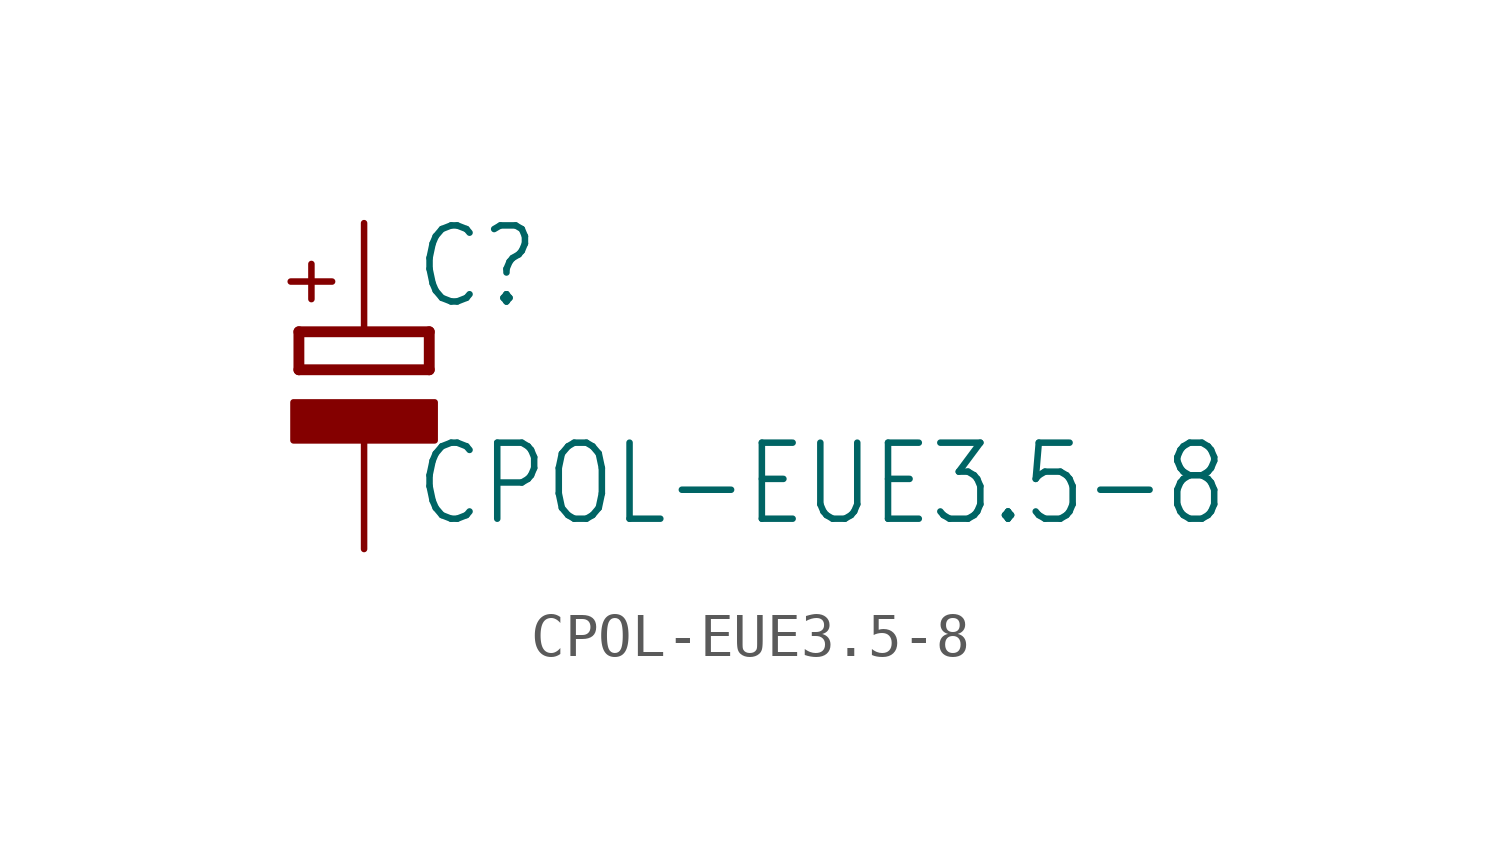
<source format=kicad_sym>
(kicad_symbol_lib
  (version 20220331)
  (generator kicad_symbol_editor)
  (symbol "CPOL-EUE3.5-8"
    (property "Reference" "C"
      (at 1.143 0.483 0)
      (effects (font (size 1.778 1.511)) (justify left bottom)))
    (property "Value" "CPOL-EUE3.5-8"
      (at 1.143 -4.597 0)
      (effects (font (size 1.778 1.511)) (justify left bottom)))
    (property "ki_locked" ""
      (at 0 0 0)
      (effects (font (size 1.27 1.27))))
    (symbol "CPOL-EUE3.5-8_1_0"
      (rectangle (start -1.651 -2.54) (end 1.651 -1.651) (stroke (width 0) (type default)) (fill (type outline)))
      (polyline (pts (xy -1.524 -0.889) (xy 1.524 -0.889)) (stroke (width 0.254) (type solid)) (fill (type none)))
      (polyline (pts (xy -1.524 0) (xy -1.524 -0.889)) (stroke (width 0.254) (type solid)) (fill (type none)))
      (polyline (pts (xy -1.524 0) (xy 1.524 0)) (stroke (width 0.254) (type solid)) (fill (type none)))
      (polyline (pts (xy 1.524 -0.889) (xy 1.524 0)) (stroke (width 0.254) (type solid)) (fill (type none)))
      (text "+" (at -0.584 0.406 900) (effects (font (size 1.27 1.079)) (justify left bottom)))
      (pin passive line (at 0 2.54 270) (length 2.54) (name "+" (effects (font (size 0 0)))) (number "+" (effects (font (size 0 0)))))
      (pin passive line (at 0 -5.08 90) (length 2.54) (name "-" (effects (font (size 0 0)))) (number "-" (effects (font (size 0 0))))))))
</source>
